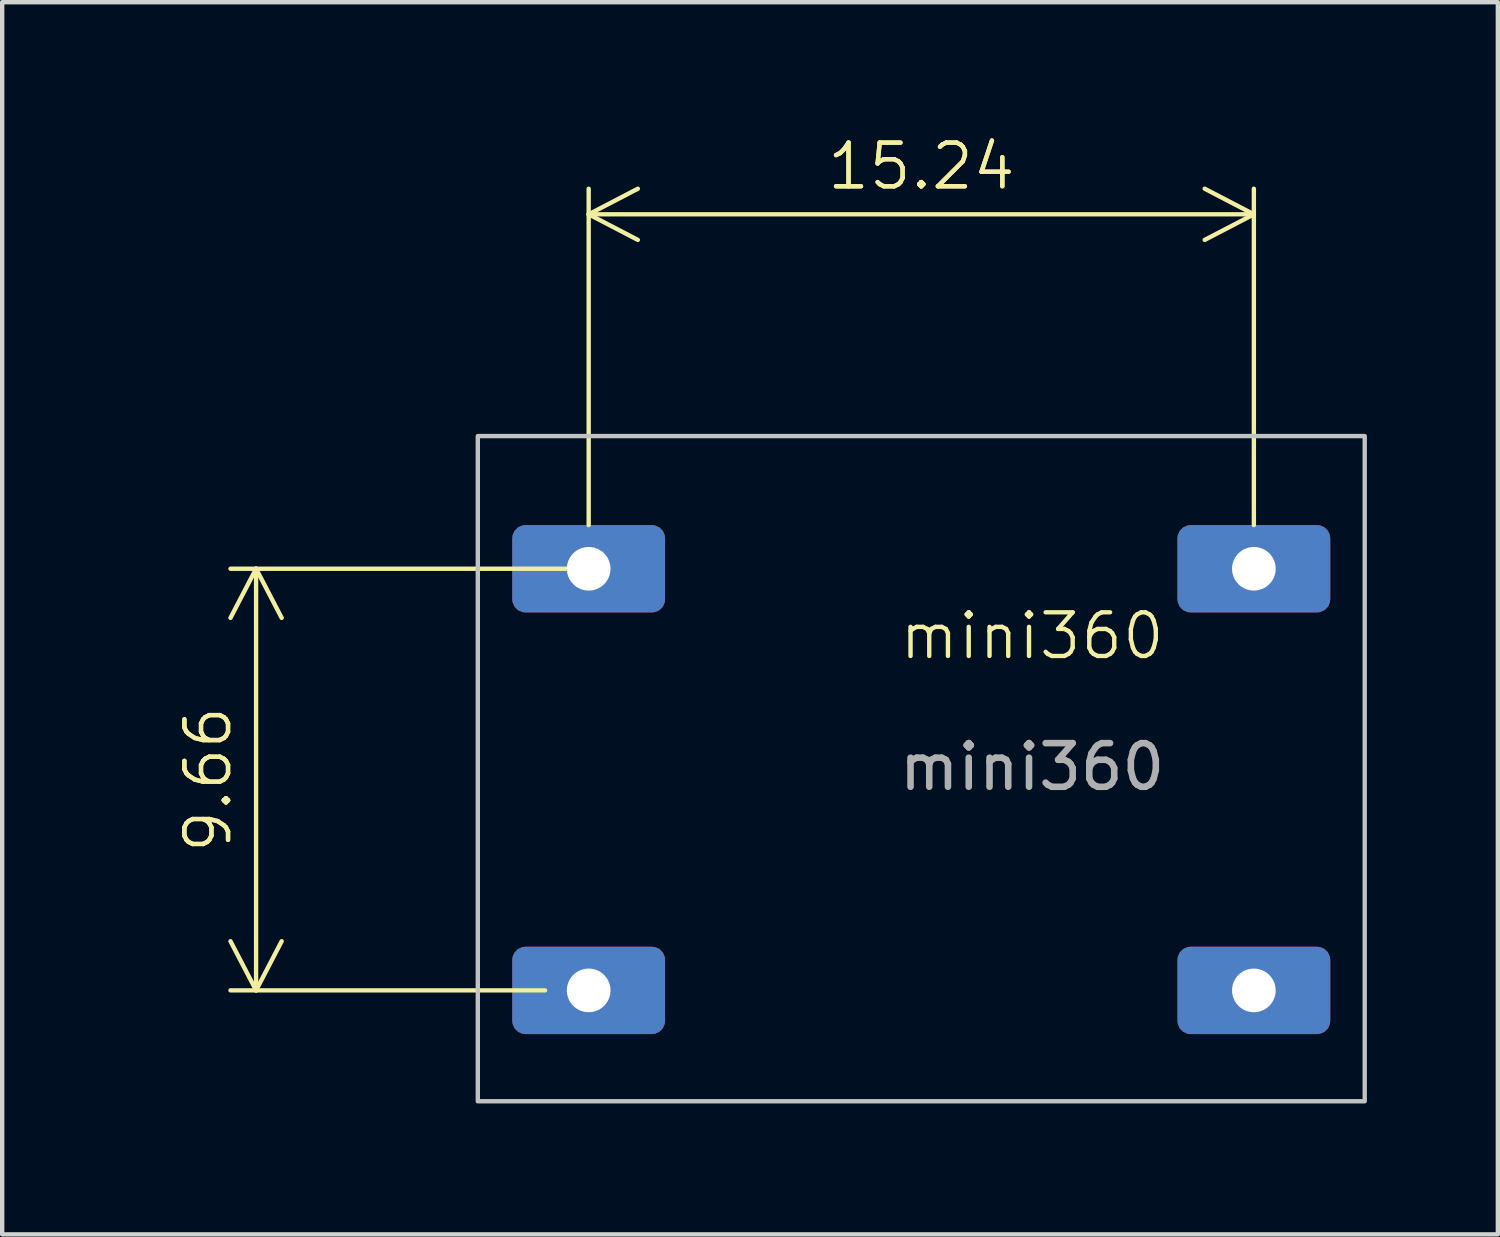
<source format=kicad_pcb>
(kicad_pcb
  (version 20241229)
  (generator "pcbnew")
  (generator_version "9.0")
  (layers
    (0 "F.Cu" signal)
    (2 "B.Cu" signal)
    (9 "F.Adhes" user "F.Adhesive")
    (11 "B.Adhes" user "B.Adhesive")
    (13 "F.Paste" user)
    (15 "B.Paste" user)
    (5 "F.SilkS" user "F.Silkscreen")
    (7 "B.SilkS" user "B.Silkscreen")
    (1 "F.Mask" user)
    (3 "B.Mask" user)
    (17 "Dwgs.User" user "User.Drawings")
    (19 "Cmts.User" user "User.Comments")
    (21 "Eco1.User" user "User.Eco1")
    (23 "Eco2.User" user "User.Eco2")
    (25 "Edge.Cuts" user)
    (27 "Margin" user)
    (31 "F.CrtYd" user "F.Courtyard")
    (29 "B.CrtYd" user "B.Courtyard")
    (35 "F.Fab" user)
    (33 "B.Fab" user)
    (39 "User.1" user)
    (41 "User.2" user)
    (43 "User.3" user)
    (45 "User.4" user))
  (footprint "mini360"
    (layer "F.Cu")
    (at 20.597 12.021)
    (property "Reference" "mini360" (at 0 -0.5 0) (unlocked yes) (layer "F.SilkS") (effects (font (size 1 1) (thickness 0.1))))
    (attr smd)
    (fp_rect (start -12.7 -5.08) (end 7.62 10.16) (stroke (width 0.1) (type default)) (fill no) (layer "Dwgs.User"))
    (fp_text user "${REFERENCE}" (at 0 2.5 0) (unlocked yes) (layer "F.Fab") (effects (font (size 1 1) (thickness 0.15))))
    (dimension (type orthogonal) (layer "F.SilkS") (pts (xy 10.437 9.98) (xy 9.937 19.64)) (height -7.62) (orientation 1) (format (prefix "") (suffix "") (units 3) (units_format 0) (precision 4) (suppress_zeroes yes)) (style (thickness 0.1) (arrow_length 1.27) (text_position_mode 0) (arrow_direction outward) (extension_height 0.586) (extension_offset 0.5) (keep_text_aligned yes)) (gr_text "9.66" (at 1.717 14.81 90) (layer "F.SilkS") (effects (font (size 1 1) (thickness 0.1)))))
    (dimension (type orthogonal) (layer "F.SilkS") (pts (xy 10.437 9.48) (xy 25.677 9.48)) (height -7.62) (orientation 0) (format (prefix "") (suffix "") (units 3) (units_format 0) (precision 4) (suppress_zeroes yes)) (style (thickness 0.1) (arrow_length 1.27) (text_position_mode 0) (arrow_direction outward) (extension_height 0.586) (extension_offset 0.5) (keep_text_aligned yes)) (gr_text "15.24" (at 18.057 0.76 0) (layer "F.SilkS") (effects (font (size 1 1) (thickness 0.1)))))
    (pad "1" thru_hole roundrect (at -10.16 -2.04) (size 3.5 2) (drill 1) (layers "*.Cu" "*.Mask") (roundrect_rratio 0.15))
    (pad "2" thru_hole roundrect (at -10.16 7.62) (size 3.5 2) (drill 1) (layers "*.Cu" "*.Mask") (roundrect_rratio 0.15))
    (pad "3" thru_hole roundrect (at 5.08 7.62) (size 3.5 2) (drill 1) (layers "*.Cu" "*.Mask") (roundrect_rratio 0.15))
    (pad "4" thru_hole roundrect (at 5.08 -2.04) (size 3.5 2) (drill 1) (layers "*.Cu" "*.Mask") (roundrect_rratio 0.15)))
  (gr_rect
    (start -3 -3)
    (end 31.267 25.23)
    (stroke (width 0.1) (type default))
    (fill no)
    (layer "Edge.Cuts")))
</source>
